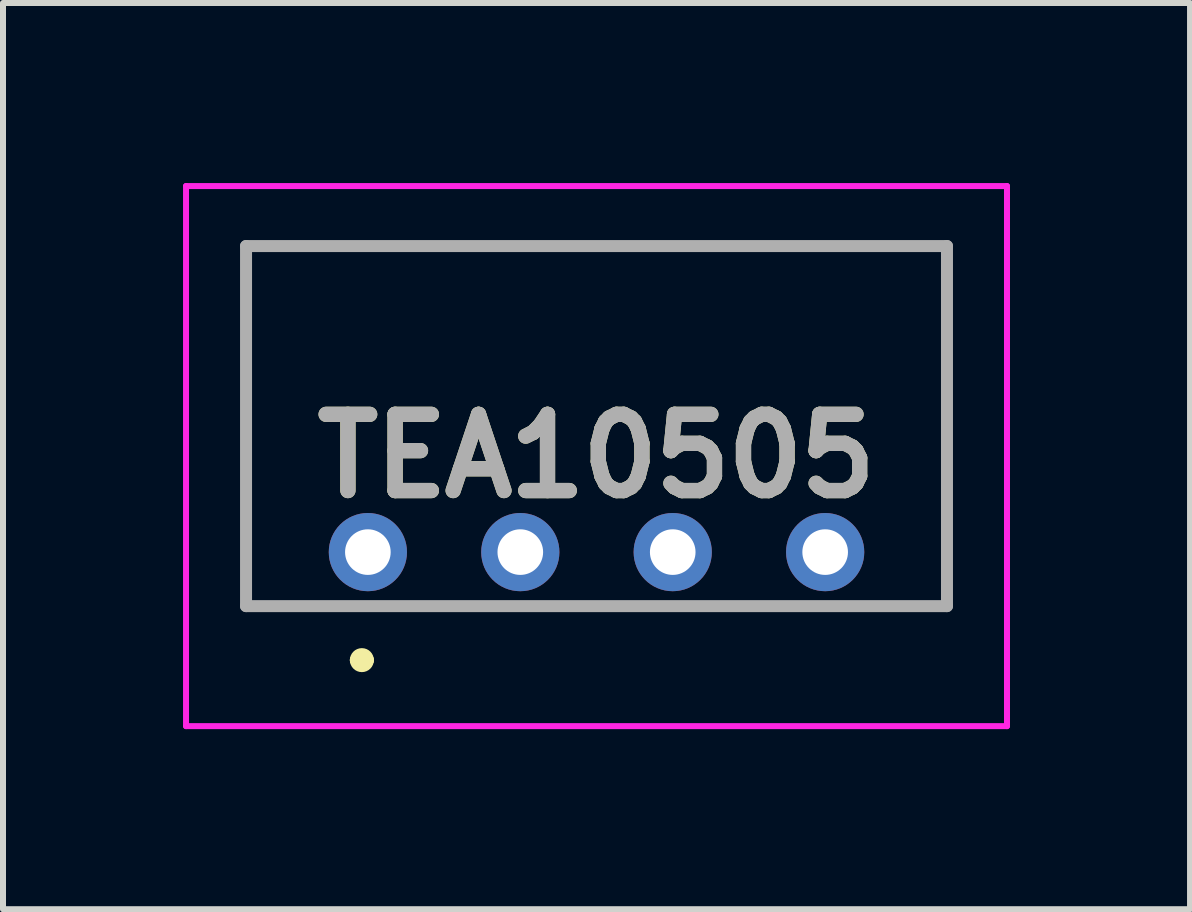
<source format=kicad_pcb>
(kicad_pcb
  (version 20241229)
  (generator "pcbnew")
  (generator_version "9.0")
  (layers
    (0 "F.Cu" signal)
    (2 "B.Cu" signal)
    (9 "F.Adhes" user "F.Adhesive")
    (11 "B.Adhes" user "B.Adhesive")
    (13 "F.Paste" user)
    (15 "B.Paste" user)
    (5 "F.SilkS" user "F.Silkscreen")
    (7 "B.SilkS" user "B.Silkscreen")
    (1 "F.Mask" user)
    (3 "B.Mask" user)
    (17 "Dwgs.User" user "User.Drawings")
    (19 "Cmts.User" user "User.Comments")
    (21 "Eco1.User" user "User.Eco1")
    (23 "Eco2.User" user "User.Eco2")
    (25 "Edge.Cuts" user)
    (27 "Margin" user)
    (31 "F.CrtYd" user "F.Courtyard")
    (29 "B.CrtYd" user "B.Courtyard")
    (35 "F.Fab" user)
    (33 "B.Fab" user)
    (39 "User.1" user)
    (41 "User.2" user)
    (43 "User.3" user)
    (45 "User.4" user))
  (footprint "TEA10505"
    (layer "F.Cu")
    (at 3.08 6.15)
    (property "Reference" "TEA10505" (at 3.81 -1.6 0) (layer "F.SilkS") (effects (font (size 1.27 1.27) (thickness 0.254))))
    (attr through_hole)
    (fp_line (start -2.03 -5.1) (end 9.65 -5.1) (stroke (width 0.1) (type solid)) (layer "F.SilkS"))
    (fp_line (start -2.03 0.9) (end -2.03 -5.1) (stroke (width 0.1) (type solid)) (layer "F.SilkS"))
    (fp_line (start -0.2 1.8) (end -0.2 1.8) (stroke (width 0.2) (type solid)) (layer "F.SilkS"))
    (fp_line (start 0 1.8) (end 0 1.8) (stroke (width 0.2) (type solid)) (layer "F.SilkS"))
    (fp_line (start 9.65 -5.1) (end 9.65 0.9) (stroke (width 0.1) (type solid)) (layer "F.SilkS"))
    (fp_line (start 9.65 0.9) (end -2.03 0.9) (stroke (width 0.1) (type solid)) (layer "F.SilkS"))
    (fp_arc (start -0.2 1.8) (mid -0.1 1.7) (end 0 1.8) (stroke (width 0.2) (type solid)) (layer "F.SilkS"))
    (fp_arc (start 0 1.8) (mid -0.1 1.9) (end -0.2 1.8) (stroke (width 0.2) (type solid)) (layer "F.SilkS"))
    (fp_line (start -3.03 -6.1) (end 10.65 -6.1) (stroke (width 0.1) (type solid)) (layer "F.CrtYd"))
    (fp_line (start -3.03 2.9) (end -3.03 -6.1) (stroke (width 0.1) (type solid)) (layer "F.CrtYd"))
    (fp_line (start 10.65 -6.1) (end 10.65 2.9) (stroke (width 0.1) (type solid)) (layer "F.CrtYd"))
    (fp_line (start 10.65 2.9) (end -3.03 2.9) (stroke (width 0.1) (type solid)) (layer "F.CrtYd"))
    (fp_line (start -2.03 -5.1) (end 9.65 -5.1) (stroke (width 0.2) (type solid)) (layer "F.Fab"))
    (fp_line (start -2.03 0.9) (end -2.03 -5.1) (stroke (width 0.2) (type solid)) (layer "F.Fab"))
    (fp_line (start 9.65 -5.1) (end 9.65 0.9) (stroke (width 0.2) (type solid)) (layer "F.Fab"))
    (fp_line (start 9.65 0.9) (end -2.03 0.9) (stroke (width 0.2) (type solid)) (layer "F.Fab"))
    (fp_text user "${REFERENCE}" (at 3.81 -1.6 0) (layer "F.Fab") (effects (font (size 1.27 1.27) (thickness 0.254))))
    (pad "1" thru_hole circle (at 0 0) (size 1.303 1.303) (drill 0.76) (layers "*.Cu" "*.Mask"))
    (pad "2" thru_hole circle (at 2.54 0) (size 1.303 1.303) (drill 0.76) (layers "*.Cu" "*.Mask"))
    (pad "3" thru_hole circle (at 5.08 0) (size 1.303 1.303) (drill 0.76) (layers "*.Cu" "*.Mask"))
    (pad "4" thru_hole circle (at 7.62 0) (size 1.303 1.303) (drill 0.76) (layers "*.Cu" "*.Mask")))
  (gr_rect
    (start -3 -3)
    (end 16.78 12.1)
    (stroke (width 0.1) (type default))
    (fill no)
    (layer "Edge.Cuts")))
</source>
